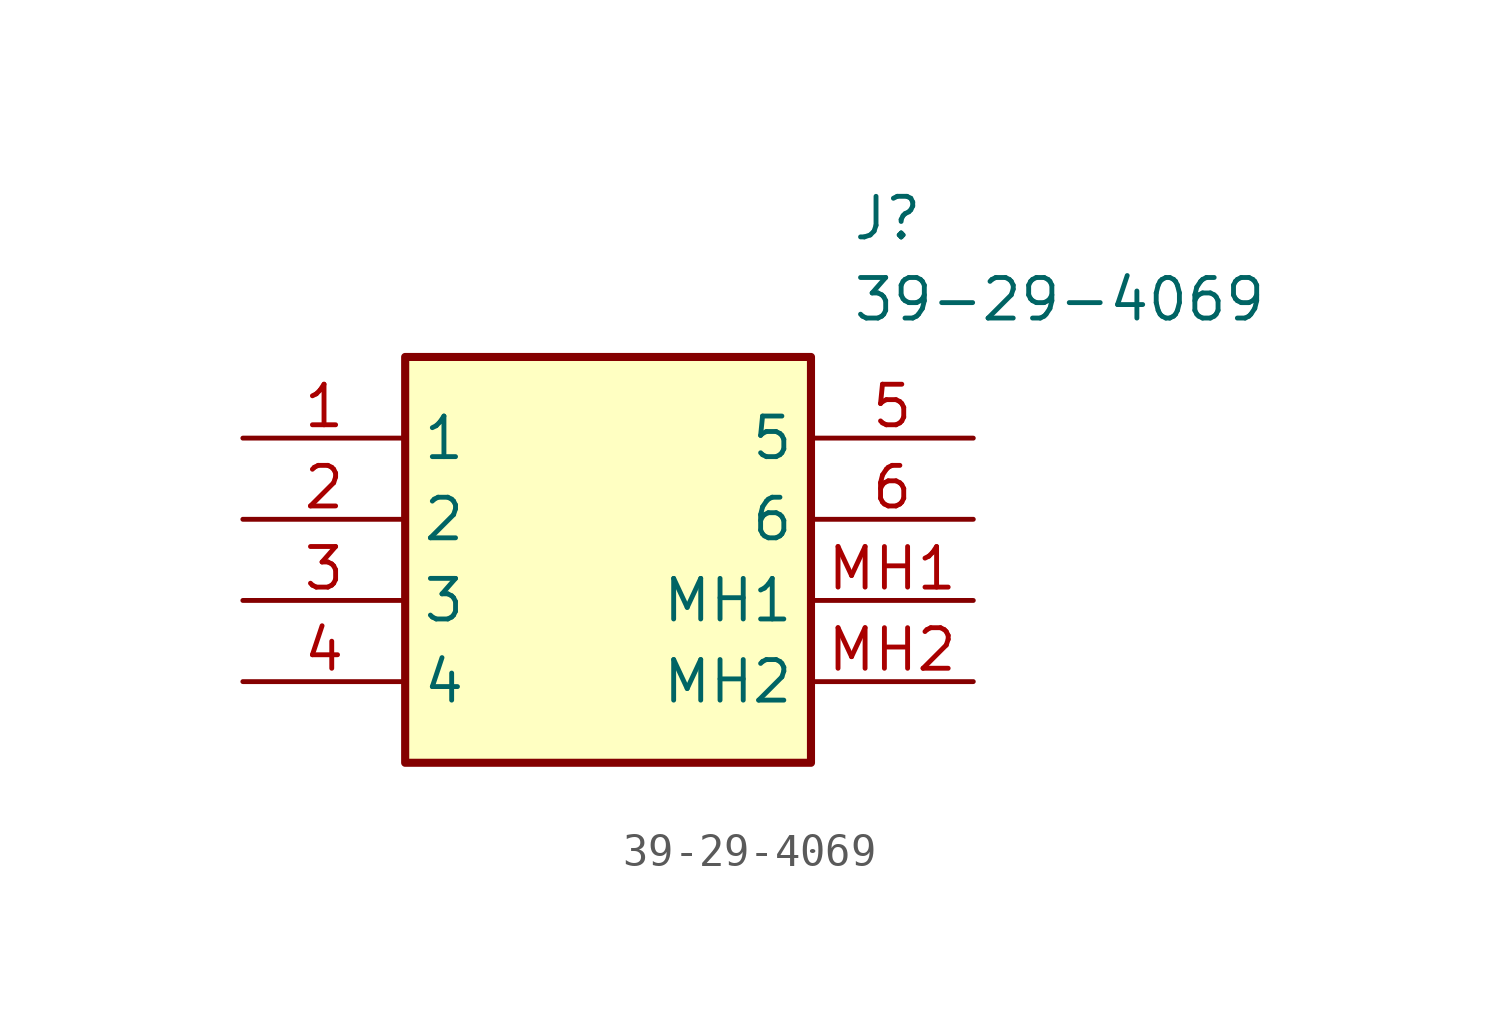
<source format=kicad_sym>
(kicad_symbol_lib
  (version 20231120)
  (generator "kicad_symbol_editor")
  (generator_version "8.0")
  (symbol "39-29-4069"
    (property "Reference" "J"
      (at 19.05 7.62 0)
      (effects (font (size 1.27 1.27)) (justify left top)))
    (property "Value" "39-29-4069"
      (at 19.05 5.08 0)
      (effects (font (size 1.27 1.27)) (justify left top)))
    (symbol "39-29-4069_1_1"
      (rectangle (start 5.08 2.54) (end 17.78 -10.16) (stroke (width 0.254) (type default)) (fill (type background)))
      (pin passive line (at 0 0 0) (length 5.08) (name "1" (effects (font (size 1.27 1.27)))) (number "1" (effects (font (size 1.27 1.27)))))
      (pin passive line (at 0 -2.54 0) (length 5.08) (name "2" (effects (font (size 1.27 1.27)))) (number "2" (effects (font (size 1.27 1.27)))))
      (pin passive line (at 0 -5.08 0) (length 5.08) (name "3" (effects (font (size 1.27 1.27)))) (number "3" (effects (font (size 1.27 1.27)))))
      (pin passive line (at 0 -7.62 0) (length 5.08) (name "4" (effects (font (size 1.27 1.27)))) (number "4" (effects (font (size 1.27 1.27)))))
      (pin passive line (at 22.86 0 180) (length 5.08) (name "5" (effects (font (size 1.27 1.27)))) (number "5" (effects (font (size 1.27 1.27)))))
      (pin passive line (at 22.86 -2.54 180) (length 5.08) (name "6" (effects (font (size 1.27 1.27)))) (number "6" (effects (font (size 1.27 1.27)))))
      (pin passive line (at 22.86 -5.08 180) (length 5.08) (name "MH1" (effects (font (size 1.27 1.27)))) (number "MH1" (effects (font (size 1.27 1.27)))))
      (pin passive line (at 22.86 -7.62 180) (length 5.08) (name "MH2" (effects (font (size 1.27 1.27)))) (number "MH2" (effects (font (size 1.27 1.27))))))))
</source>
